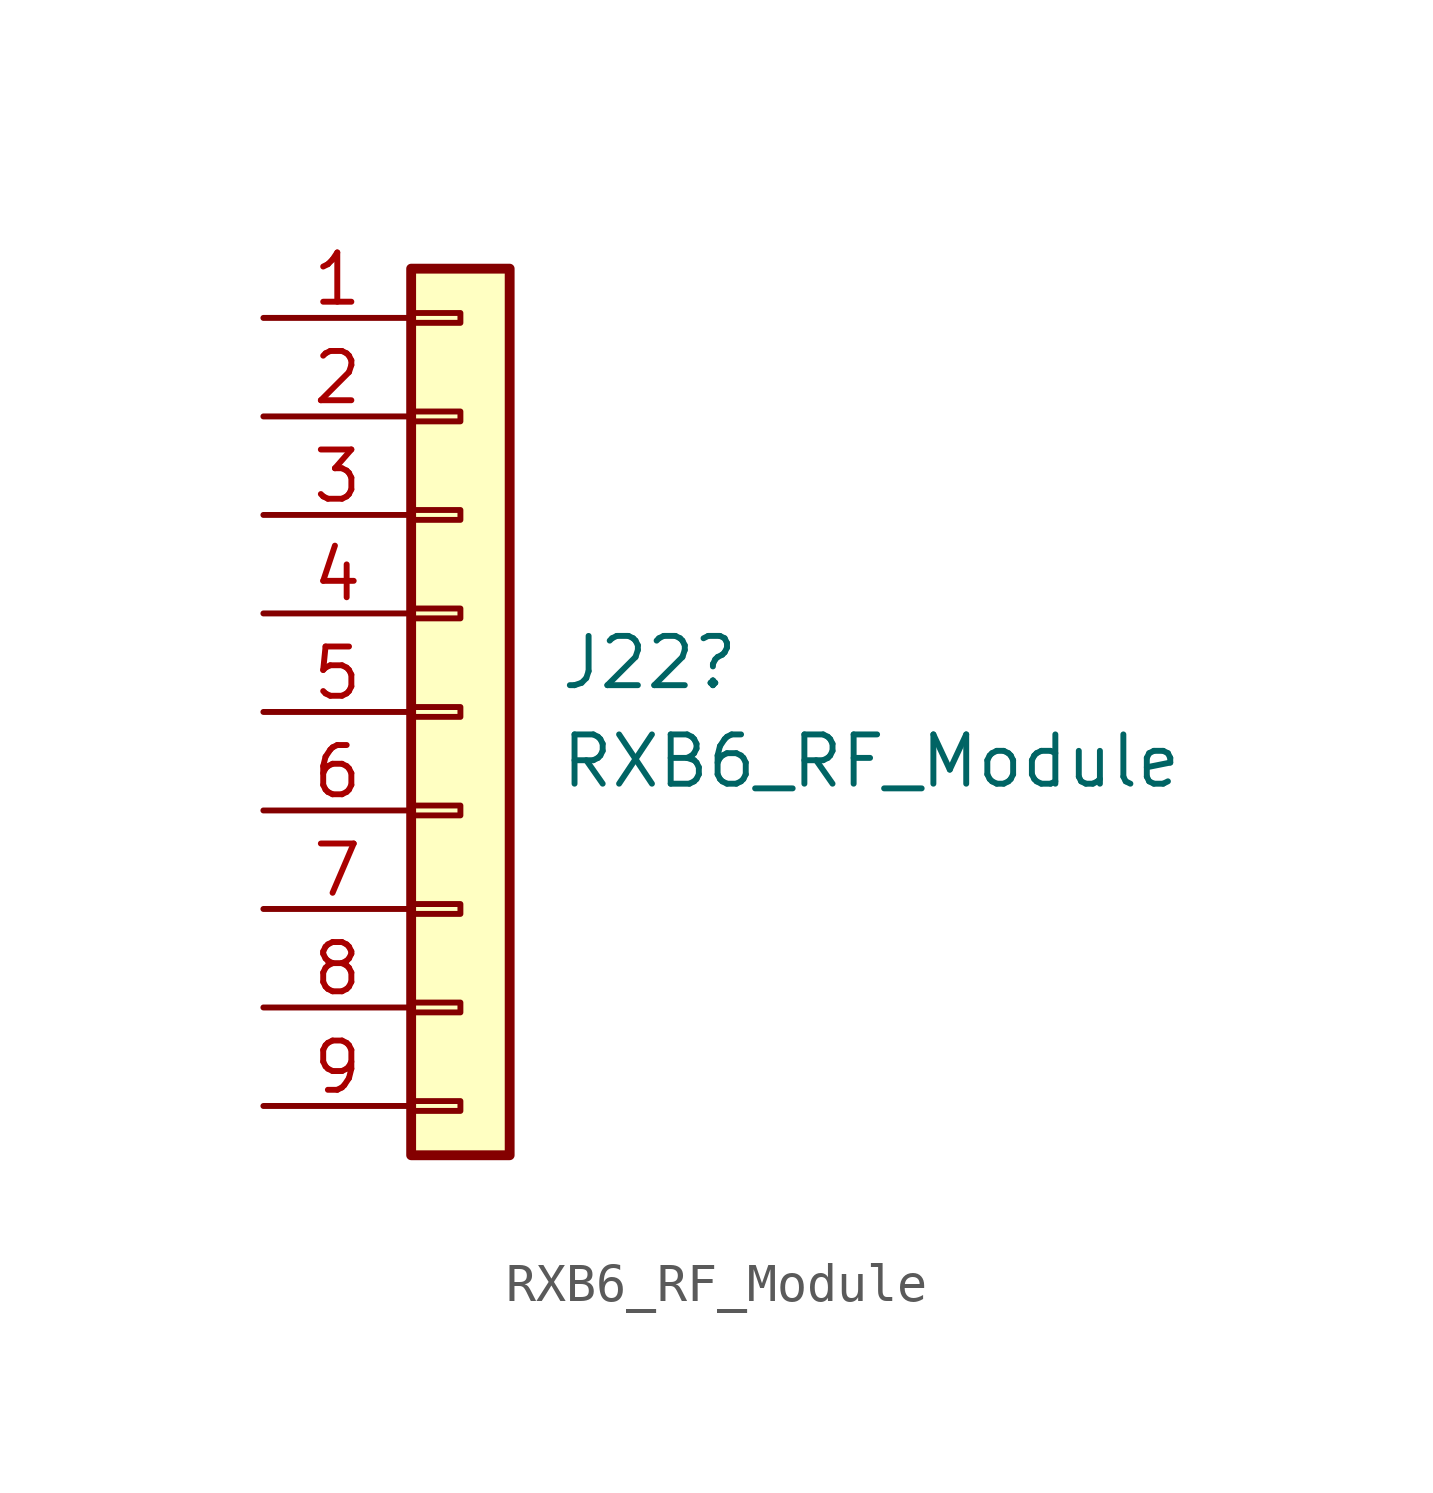
<source format=kicad_sym>
(kicad_symbol_lib
  (version 20220914)
  (generator kicad_symbol_editor)
  (symbol "RXB6_RF_Module"
    (pin_names
      (offset 1.016) hide)
    (property "Reference" "J22"
      (at 2.54 1.27 0)
      (effects (font (size 1.27 1.27)) (justify left)))
    (property "Value" "RXB6_RF_Module"
      (at 2.54 -1.27 0)
      (effects (font (size 1.27 1.27)) (justify left)))
    (symbol "RXB6_RF_Module_1_1"
      (rectangle (start -1.27 -10.033) (end 0 -10.287) (stroke (width 0.152) (type default)) (fill (type none)))
      (rectangle (start -1.27 -7.493) (end 0 -7.747) (stroke (width 0.152) (type default)) (fill (type none)))
      (rectangle (start -1.27 -4.953) (end 0 -5.207) (stroke (width 0.152) (type default)) (fill (type none)))
      (rectangle (start -1.27 -2.413) (end 0 -2.667) (stroke (width 0.152) (type default)) (fill (type none)))
      (rectangle (start -1.27 0.127) (end 0 -0.127) (stroke (width 0.152) (type default)) (fill (type none)))
      (rectangle (start -1.27 2.667) (end 0 2.413) (stroke (width 0.152) (type default)) (fill (type none)))
      (rectangle (start -1.27 5.207) (end 0 4.953) (stroke (width 0.152) (type default)) (fill (type none)))
      (rectangle (start -1.27 7.747) (end 0 7.493) (stroke (width 0.152) (type default)) (fill (type none)))
      (rectangle (start -1.27 10.287) (end 0 10.033) (stroke (width 0.152) (type default)) (fill (type none)))
      (rectangle (start -1.27 11.43) (end 1.27 -11.43) (stroke (width 0.254) (type default)) (fill (type background)))
      (pin passive line (at -5.08 10.16 0) (length 3.81) (name "GND" (effects (font (size 1.27 1.27)))) (number "1" (effects (font (size 1.27 1.27)))))
      (pin passive line (at -5.08 7.62 0) (length 3.81) (name "DATA" (effects (font (size 1.27 1.27)))) (number "2" (effects (font (size 1.27 1.27)))))
      (pin passive line (at -5.08 5.08 0) (length 3.81) (name "DR" (effects (font (size 1.27 1.27)))) (number "3" (effects (font (size 1.27 1.27)))))
      (pin passive line (at -5.08 2.54 0) (length 3.81) (name "5V" (effects (font (size 1.27 1.27)))) (number "4" (effects (font (size 1.27 1.27)))))
      (pin passive line (at -5.08 0 0) (length 3.81) (name "5V" (effects (font (size 1.27 1.27)))) (number "5" (effects (font (size 1.27 1.27)))))
      (pin passive line (at -5.08 -2.54 0) (length 3.81) (name "GND" (effects (font (size 1.27 1.27)))) (number "6" (effects (font (size 1.27 1.27)))))
      (pin passive line (at -5.08 -5.08 0) (length 3.81) (name "GND" (effects (font (size 1.27 1.27)))) (number "7" (effects (font (size 1.27 1.27)))))
      (pin passive line (at -5.08 -7.62 0) (length 3.81) (name "ANTENNA" (effects (font (size 1.27 1.27)))) (number "8" (effects (font (size 1.27 1.27)))))
      (pin passive line (at -5.08 -10.16 0) (length 3.81) (name "Antenna" (effects (font (size 1.27 1.27)))) (number "9" (effects (font (size 1.27 1.27))))))))
</source>
